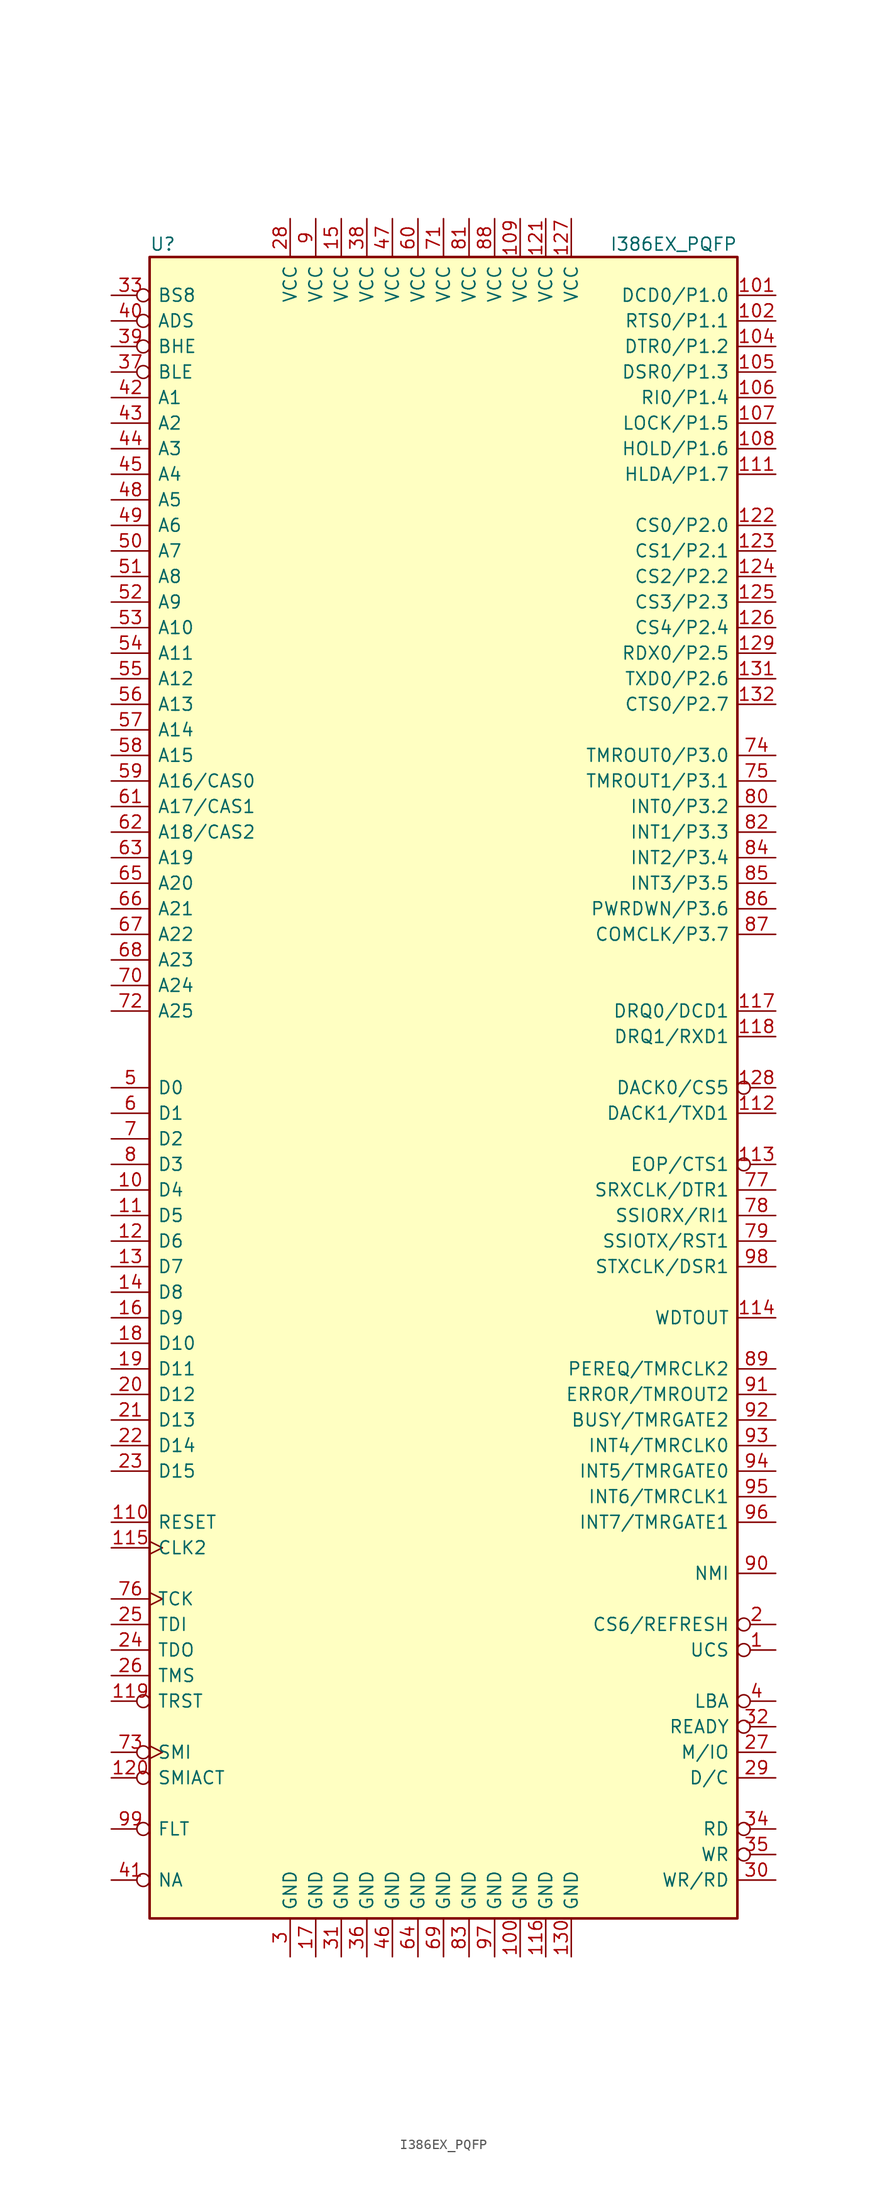
<source format=kicad_sym>
(kicad_symbol_lib
  (version 20241209)
  (generator "kicad_symbol_editor")
  (generator_version "9.0")
  (symbol "I386EX_PQFP"
    (pin_names
      (offset 0.762))
    (property "Reference" "U"
      (at -29.21 83.82 0)
      (effects (font (size 1.27 1.27)) (justify left)))
    (property "Value" "I386EX_PQFP"
      (at 16.51 83.82 0)
      (effects (font (size 1.27 1.27)) (justify left)))
    (symbol "I386EX_PQFP_1_1"
      (rectangle (start -29.21 -82.55) (end 29.21 82.55) (stroke (width 0.254) (type default)) (fill (type background)))
      (pin input inverted (at -33.02 78.74 0) (length 3.81) (name "BS8" (effects (font (size 1.27 1.27)))) (number "33" (effects (font (size 1.27 1.27)))))
      (pin output inverted (at -33.02 76.2 0) (length 3.81) (name "ADS" (effects (font (size 1.27 1.27)))) (number "40" (effects (font (size 1.27 1.27)))))
      (pin output inverted (at -33.02 73.66 0) (length 3.81) (name "BHE" (effects (font (size 1.27 1.27)))) (number "39" (effects (font (size 1.27 1.27)))))
      (pin output inverted (at -33.02 71.12 0) (length 3.81) (name "BLE" (effects (font (size 1.27 1.27)))) (number "37" (effects (font (size 1.27 1.27)))))
      (pin tri_state line (at -33.02 68.58 0) (length 3.81) (name "A1" (effects (font (size 1.27 1.27)))) (number "42" (effects (font (size 1.27 1.27)))))
      (pin tri_state line (at -33.02 66.04 0) (length 3.81) (name "A2" (effects (font (size 1.27 1.27)))) (number "43" (effects (font (size 1.27 1.27)))))
      (pin tri_state line (at -33.02 63.5 0) (length 3.81) (name "A3" (effects (font (size 1.27 1.27)))) (number "44" (effects (font (size 1.27 1.27)))))
      (pin tri_state line (at -33.02 60.96 0) (length 3.81) (name "A4" (effects (font (size 1.27 1.27)))) (number "45" (effects (font (size 1.27 1.27)))))
      (pin tri_state line (at -33.02 58.42 0) (length 3.81) (name "A5" (effects (font (size 1.27 1.27)))) (number "48" (effects (font (size 1.27 1.27)))))
      (pin tri_state line (at -33.02 55.88 0) (length 3.81) (name "A6" (effects (font (size 1.27 1.27)))) (number "49" (effects (font (size 1.27 1.27)))))
      (pin tri_state line (at -33.02 53.34 0) (length 3.81) (name "A7" (effects (font (size 1.27 1.27)))) (number "50" (effects (font (size 1.27 1.27)))))
      (pin tri_state line (at -33.02 50.8 0) (length 3.81) (name "A8" (effects (font (size 1.27 1.27)))) (number "51" (effects (font (size 1.27 1.27)))))
      (pin tri_state line (at -33.02 48.26 0) (length 3.81) (name "A9" (effects (font (size 1.27 1.27)))) (number "52" (effects (font (size 1.27 1.27)))))
      (pin tri_state line (at -33.02 45.72 0) (length 3.81) (name "A10" (effects (font (size 1.27 1.27)))) (number "53" (effects (font (size 1.27 1.27)))))
      (pin tri_state line (at -33.02 43.18 0) (length 3.81) (name "A11" (effects (font (size 1.27 1.27)))) (number "54" (effects (font (size 1.27 1.27)))))
      (pin tri_state line (at -33.02 40.64 0) (length 3.81) (name "A12" (effects (font (size 1.27 1.27)))) (number "55" (effects (font (size 1.27 1.27)))))
      (pin tri_state line (at -33.02 38.1 0) (length 3.81) (name "A13" (effects (font (size 1.27 1.27)))) (number "56" (effects (font (size 1.27 1.27)))))
      (pin tri_state line (at -33.02 35.56 0) (length 3.81) (name "A14" (effects (font (size 1.27 1.27)))) (number "57" (effects (font (size 1.27 1.27)))))
      (pin tri_state line (at -33.02 33.02 0) (length 3.81) (name "A15" (effects (font (size 1.27 1.27)))) (number "58" (effects (font (size 1.27 1.27)))))
      (pin tri_state line (at -33.02 30.48 0) (length 3.81) (name "A16/CAS0" (effects (font (size 1.27 1.27)))) (number "59" (effects (font (size 1.27 1.27)))))
      (pin tri_state line (at -33.02 27.94 0) (length 3.81) (name "A17/CAS1" (effects (font (size 1.27 1.27)))) (number "61" (effects (font (size 1.27 1.27)))))
      (pin tri_state line (at -33.02 25.4 0) (length 3.81) (name "A18/CAS2" (effects (font (size 1.27 1.27)))) (number "62" (effects (font (size 1.27 1.27)))))
      (pin tri_state line (at -33.02 22.86 0) (length 3.81) (name "A19" (effects (font (size 1.27 1.27)))) (number "63" (effects (font (size 1.27 1.27)))))
      (pin tri_state line (at -33.02 20.32 0) (length 3.81) (name "A20" (effects (font (size 1.27 1.27)))) (number "65" (effects (font (size 1.27 1.27)))))
      (pin tri_state line (at -33.02 17.78 0) (length 3.81) (name "A21" (effects (font (size 1.27 1.27)))) (number "66" (effects (font (size 1.27 1.27)))))
      (pin tri_state line (at -33.02 15.24 0) (length 3.81) (name "A22" (effects (font (size 1.27 1.27)))) (number "67" (effects (font (size 1.27 1.27)))))
      (pin tri_state line (at -33.02 12.7 0) (length 3.81) (name "A23" (effects (font (size 1.27 1.27)))) (number "68" (effects (font (size 1.27 1.27)))))
      (pin tri_state line (at -33.02 10.16 0) (length 3.81) (name "A24" (effects (font (size 1.27 1.27)))) (number "70" (effects (font (size 1.27 1.27)))))
      (pin tri_state line (at -33.02 7.62 0) (length 3.81) (name "A25" (effects (font (size 1.27 1.27)))) (number "72" (effects (font (size 1.27 1.27)))))
      (pin tri_state line (at -33.02 0 0) (length 3.81) (name "D0" (effects (font (size 1.27 1.27)))) (number "5" (effects (font (size 1.27 1.27)))))
      (pin tri_state line (at -33.02 -2.54 0) (length 3.81) (name "D1" (effects (font (size 1.27 1.27)))) (number "6" (effects (font (size 1.27 1.27)))))
      (pin tri_state line (at -33.02 -5.08 0) (length 3.81) (name "D2" (effects (font (size 1.27 1.27)))) (number "7" (effects (font (size 1.27 1.27)))))
      (pin tri_state line (at -33.02 -7.62 0) (length 3.81) (name "D3" (effects (font (size 1.27 1.27)))) (number "8" (effects (font (size 1.27 1.27)))))
      (pin tri_state line (at -33.02 -10.16 0) (length 3.81) (name "D4" (effects (font (size 1.27 1.27)))) (number "10" (effects (font (size 1.27 1.27)))))
      (pin tri_state line (at -33.02 -12.7 0) (length 3.81) (name "D5" (effects (font (size 1.27 1.27)))) (number "11" (effects (font (size 1.27 1.27)))))
      (pin tri_state line (at -33.02 -15.24 0) (length 3.81) (name "D6" (effects (font (size 1.27 1.27)))) (number "12" (effects (font (size 1.27 1.27)))))
      (pin tri_state line (at -33.02 -17.78 0) (length 3.81) (name "D7" (effects (font (size 1.27 1.27)))) (number "13" (effects (font (size 1.27 1.27)))))
      (pin tri_state line (at -33.02 -20.32 0) (length 3.81) (name "D8" (effects (font (size 1.27 1.27)))) (number "14" (effects (font (size 1.27 1.27)))))
      (pin tri_state line (at -33.02 -22.86 0) (length 3.81) (name "D9" (effects (font (size 1.27 1.27)))) (number "16" (effects (font (size 1.27 1.27)))))
      (pin tri_state line (at -33.02 -25.4 0) (length 3.81) (name "D10" (effects (font (size 1.27 1.27)))) (number "18" (effects (font (size 1.27 1.27)))))
      (pin tri_state line (at -33.02 -27.94 0) (length 3.81) (name "D11" (effects (font (size 1.27 1.27)))) (number "19" (effects (font (size 1.27 1.27)))))
      (pin tri_state line (at -33.02 -30.48 0) (length 3.81) (name "D12" (effects (font (size 1.27 1.27)))) (number "20" (effects (font (size 1.27 1.27)))))
      (pin tri_state line (at -33.02 -33.02 0) (length 3.81) (name "D13" (effects (font (size 1.27 1.27)))) (number "21" (effects (font (size 1.27 1.27)))))
      (pin tri_state line (at -33.02 -35.56 0) (length 3.81) (name "D14" (effects (font (size 1.27 1.27)))) (number "22" (effects (font (size 1.27 1.27)))))
      (pin tri_state line (at -33.02 -38.1 0) (length 3.81) (name "D15" (effects (font (size 1.27 1.27)))) (number "23" (effects (font (size 1.27 1.27)))))
      (pin input line (at -33.02 -43.18 0) (length 3.81) (name "RESET" (effects (font (size 1.27 1.27)))) (number "110" (effects (font (size 1.27 1.27)))))
      (pin input clock (at -33.02 -45.72 0) (length 3.81) (name "CLK2" (effects (font (size 1.27 1.27)))) (number "115" (effects (font (size 1.27 1.27)))))
      (pin input clock (at -33.02 -50.8 0) (length 3.81) (name "TCK" (effects (font (size 1.27 1.27)))) (number "76" (effects (font (size 1.27 1.27)))))
      (pin input line (at -33.02 -53.34 0) (length 3.81) (name "TDI" (effects (font (size 1.27 1.27)))) (number "25" (effects (font (size 1.27 1.27)))))
      (pin output line (at -33.02 -55.88 0) (length 3.81) (name "TDO" (effects (font (size 1.27 1.27)))) (number "24" (effects (font (size 1.27 1.27)))))
      (pin input line (at -33.02 -58.42 0) (length 3.81) (name "TMS" (effects (font (size 1.27 1.27)))) (number "26" (effects (font (size 1.27 1.27)))))
      (pin input inverted (at -33.02 -60.96 0) (length 3.81) (name "TRST" (effects (font (size 1.27 1.27)))) (number "119" (effects (font (size 1.27 1.27)))))
      (pin input inverted_clock (at -33.02 -66.04 0) (length 3.81) (name "SMI" (effects (font (size 1.27 1.27)))) (number "73" (effects (font (size 1.27 1.27)))))
      (pin output inverted (at -33.02 -68.58 0) (length 3.81) (name "SMIACT" (effects (font (size 1.27 1.27)))) (number "120" (effects (font (size 1.27 1.27)))))
      (pin input inverted (at -33.02 -73.66 0) (length 3.81) (name "FLT" (effects (font (size 1.27 1.27)))) (number "99" (effects (font (size 1.27 1.27)))))
      (pin input inverted (at -33.02 -78.74 0) (length 3.81) (name "NA" (effects (font (size 1.27 1.27)))) (number "41" (effects (font (size 1.27 1.27)))))
      (pin power_in line (at -15.24 86.36 270) (length 3.81) (name "VCC" (effects (font (size 1.27 1.27)))) (number "28" (effects (font (size 1.27 1.27)))))
      (pin power_in line (at -15.24 -86.36 90) (length 3.81) (name "GND" (effects (font (size 1.27 1.27)))) (number "3" (effects (font (size 1.27 1.27)))))
      (pin power_in line (at -12.7 86.36 270) (length 3.81) (name "VCC" (effects (font (size 1.27 1.27)))) (number "9" (effects (font (size 1.27 1.27)))))
      (pin power_in line (at -12.7 -86.36 90) (length 3.81) (name "GND" (effects (font (size 1.27 1.27)))) (number "17" (effects (font (size 1.27 1.27)))))
      (pin power_in line (at -10.16 86.36 270) (length 3.81) (name "VCC" (effects (font (size 1.27 1.27)))) (number "15" (effects (font (size 1.27 1.27)))))
      (pin power_in line (at -10.16 -86.36 90) (length 3.81) (name "GND" (effects (font (size 1.27 1.27)))) (number "31" (effects (font (size 1.27 1.27)))))
      (pin power_in line (at -7.62 86.36 270) (length 3.81) (name "VCC" (effects (font (size 1.27 1.27)))) (number "38" (effects (font (size 1.27 1.27)))))
      (pin power_in line (at -7.62 -86.36 90) (length 3.81) (name "GND" (effects (font (size 1.27 1.27)))) (number "36" (effects (font (size 1.27 1.27)))))
      (pin power_in line (at -5.08 86.36 270) (length 3.81) (name "VCC" (effects (font (size 1.27 1.27)))) (number "47" (effects (font (size 1.27 1.27)))))
      (pin power_in line (at -5.08 -86.36 90) (length 3.81) (name "GND" (effects (font (size 1.27 1.27)))) (number "46" (effects (font (size 1.27 1.27)))))
      (pin power_in line (at -2.54 86.36 270) (length 3.81) (name "VCC" (effects (font (size 1.27 1.27)))) (number "60" (effects (font (size 1.27 1.27)))))
      (pin power_in line (at -2.54 -86.36 90) (length 3.81) (name "GND" (effects (font (size 1.27 1.27)))) (number "64" (effects (font (size 1.27 1.27)))))
      (pin power_in line (at 0 86.36 270) (length 3.81) (name "VCC" (effects (font (size 1.27 1.27)))) (number "71" (effects (font (size 1.27 1.27)))))
      (pin power_in line (at 0 -86.36 90) (length 3.81) (name "GND" (effects (font (size 1.27 1.27)))) (number "69" (effects (font (size 1.27 1.27)))))
      (pin power_in line (at 2.54 86.36 270) (length 3.81) (name "VCC" (effects (font (size 1.27 1.27)))) (number "81" (effects (font (size 1.27 1.27)))))
      (pin power_in line (at 2.54 -86.36 90) (length 3.81) (name "GND" (effects (font (size 1.27 1.27)))) (number "83" (effects (font (size 1.27 1.27)))))
      (pin power_in line (at 5.08 86.36 270) (length 3.81) (name "VCC" (effects (font (size 1.27 1.27)))) (number "88" (effects (font (size 1.27 1.27)))))
      (pin power_in line (at 5.08 -86.36 90) (length 3.81) (name "GND" (effects (font (size 1.27 1.27)))) (number "97" (effects (font (size 1.27 1.27)))))
      (pin power_in line (at 7.62 86.36 270) (length 3.81) (name "VCC" (effects (font (size 1.27 1.27)))) (number "109" (effects (font (size 1.27 1.27)))))
      (pin power_in line (at 7.62 -86.36 90) (length 3.81) (name "GND" (effects (font (size 1.27 1.27)))) (number "100" (effects (font (size 1.27 1.27)))))
      (pin power_in line (at 10.16 86.36 270) (length 3.81) (name "VCC" (effects (font (size 1.27 1.27)))) (number "121" (effects (font (size 1.27 1.27)))))
      (pin power_in line (at 10.16 -86.36 90) (length 3.81) (name "GND" (effects (font (size 1.27 1.27)))) (number "116" (effects (font (size 1.27 1.27)))))
      (pin power_in line (at 12.7 86.36 270) (length 3.81) (name "VCC" (effects (font (size 1.27 1.27)))) (number "127" (effects (font (size 1.27 1.27)))))
      (pin power_in line (at 12.7 -86.36 90) (length 3.81) (name "GND" (effects (font (size 1.27 1.27)))) (number "130" (effects (font (size 1.27 1.27)))))
      (pin bidirectional line (at 33.02 78.74 180) (length 3.81) (name "DCD0/P1.0" (effects (font (size 1.27 1.27)))) (number "101" (effects (font (size 1.27 1.27)))))
      (pin bidirectional line (at 33.02 76.2 180) (length 3.81) (name "RTS0/P1.1" (effects (font (size 1.27 1.27)))) (number "102" (effects (font (size 1.27 1.27)))))
      (pin bidirectional line (at 33.02 73.66 180) (length 3.81) (name "DTR0/P1.2" (effects (font (size 1.27 1.27)))) (number "104" (effects (font (size 1.27 1.27)))))
      (pin bidirectional line (at 33.02 71.12 180) (length 3.81) (name "DSR0/P1.3" (effects (font (size 1.27 1.27)))) (number "105" (effects (font (size 1.27 1.27)))))
      (pin bidirectional line (at 33.02 68.58 180) (length 3.81) (name "RI0/P1.4" (effects (font (size 1.27 1.27)))) (number "106" (effects (font (size 1.27 1.27)))))
      (pin bidirectional line (at 33.02 66.04 180) (length 3.81) (name "LOCK/P1.5" (effects (font (size 1.27 1.27)))) (number "107" (effects (font (size 1.27 1.27)))))
      (pin bidirectional line (at 33.02 63.5 180) (length 3.81) (name "HOLD/P1.6" (effects (font (size 1.27 1.27)))) (number "108" (effects (font (size 1.27 1.27)))))
      (pin bidirectional line (at 33.02 60.96 180) (length 3.81) (name "HLDA/P1.7" (effects (font (size 1.27 1.27)))) (number "111" (effects (font (size 1.27 1.27)))))
      (pin bidirectional line (at 33.02 55.88 180) (length 3.81) (name "CS0/P2.0" (effects (font (size 1.27 1.27)))) (number "122" (effects (font (size 1.27 1.27)))))
      (pin bidirectional line (at 33.02 53.34 180) (length 3.81) (name "CS1/P2.1" (effects (font (size 1.27 1.27)))) (number "123" (effects (font (size 1.27 1.27)))))
      (pin bidirectional line (at 33.02 50.8 180) (length 3.81) (name "CS2/P2.2" (effects (font (size 1.27 1.27)))) (number "124" (effects (font (size 1.27 1.27)))))
      (pin bidirectional line (at 33.02 48.26 180) (length 3.81) (name "CS3/P2.3" (effects (font (size 1.27 1.27)))) (number "125" (effects (font (size 1.27 1.27)))))
      (pin bidirectional line (at 33.02 45.72 180) (length 3.81) (name "CS4/P2.4" (effects (font (size 1.27 1.27)))) (number "126" (effects (font (size 1.27 1.27)))))
      (pin bidirectional line (at 33.02 43.18 180) (length 3.81) (name "RDX0/P2.5" (effects (font (size 1.27 1.27)))) (number "129" (effects (font (size 1.27 1.27)))))
      (pin bidirectional line (at 33.02 40.64 180) (length 3.81) (name "TXD0/P2.6" (effects (font (size 1.27 1.27)))) (number "131" (effects (font (size 1.27 1.27)))))
      (pin bidirectional line (at 33.02 38.1 180) (length 3.81) (name "CTS0/P2.7" (effects (font (size 1.27 1.27)))) (number "132" (effects (font (size 1.27 1.27)))))
      (pin bidirectional line (at 33.02 33.02 180) (length 3.81) (name "TMROUT0/P3.0" (effects (font (size 1.27 1.27)))) (number "74" (effects (font (size 1.27 1.27)))))
      (pin bidirectional line (at 33.02 30.48 180) (length 3.81) (name "TMROUT1/P3.1" (effects (font (size 1.27 1.27)))) (number "75" (effects (font (size 1.27 1.27)))))
      (pin bidirectional line (at 33.02 27.94 180) (length 3.81) (name "INT0/P3.2" (effects (font (size 1.27 1.27)))) (number "80" (effects (font (size 1.27 1.27)))))
      (pin bidirectional line (at 33.02 25.4 180) (length 3.81) (name "INT1/P3.3" (effects (font (size 1.27 1.27)))) (number "82" (effects (font (size 1.27 1.27)))))
      (pin bidirectional line (at 33.02 22.86 180) (length 3.81) (name "INT2/P3.4" (effects (font (size 1.27 1.27)))) (number "84" (effects (font (size 1.27 1.27)))))
      (pin bidirectional line (at 33.02 20.32 180) (length 3.81) (name "INT3/P3.5" (effects (font (size 1.27 1.27)))) (number "85" (effects (font (size 1.27 1.27)))))
      (pin bidirectional line (at 33.02 17.78 180) (length 3.81) (name "PWRDWN/P3.6" (effects (font (size 1.27 1.27)))) (number "86" (effects (font (size 1.27 1.27)))))
      (pin bidirectional line (at 33.02 15.24 180) (length 3.81) (name "COMCLK/P3.7" (effects (font (size 1.27 1.27)))) (number "87" (effects (font (size 1.27 1.27)))))
      (pin input line (at 33.02 7.62 180) (length 3.81) (name "DRQ0/DCD1" (effects (font (size 1.27 1.27)))) (number "117" (effects (font (size 1.27 1.27)))))
      (pin input line (at 33.02 5.08 180) (length 3.81) (name "DRQ1/RXD1" (effects (font (size 1.27 1.27)))) (number "118" (effects (font (size 1.27 1.27)))))
      (pin output inverted (at 33.02 0 180) (length 3.81) (name "DACK0/CS5" (effects (font (size 1.27 1.27)))) (number "128" (effects (font (size 1.27 1.27)))))
      (pin output line (at 33.02 -2.54 180) (length 3.81) (name "DACK1/TXD1" (effects (font (size 1.27 1.27)))) (number "112" (effects (font (size 1.27 1.27)))))
      (pin bidirectional inverted (at 33.02 -7.62 180) (length 3.81) (name "EOP/CTS1" (effects (font (size 1.27 1.27)))) (number "113" (effects (font (size 1.27 1.27)))))
      (pin bidirectional line (at 33.02 -10.16 180) (length 3.81) (name "SRXCLK/DTR1" (effects (font (size 1.27 1.27)))) (number "77" (effects (font (size 1.27 1.27)))))
      (pin input line (at 33.02 -12.7 180) (length 3.81) (name "SSIORX/RI1" (effects (font (size 1.27 1.27)))) (number "78" (effects (font (size 1.27 1.27)))))
      (pin bidirectional line (at 33.02 -15.24 180) (length 3.81) (name "SSIOTX/RST1" (effects (font (size 1.27 1.27)))) (number "79" (effects (font (size 1.27 1.27)))))
      (pin bidirectional line (at 33.02 -17.78 180) (length 3.81) (name "STXCLK/DSR1" (effects (font (size 1.27 1.27)))) (number "98" (effects (font (size 1.27 1.27)))))
      (pin output line (at 33.02 -22.86 180) (length 3.81) (name "WDTOUT" (effects (font (size 1.27 1.27)))) (number "114" (effects (font (size 1.27 1.27)))))
      (pin input line (at 33.02 -27.94 180) (length 3.81) (name "PEREQ/TMRCLK2" (effects (font (size 1.27 1.27)))) (number "89" (effects (font (size 1.27 1.27)))))
      (pin bidirectional line (at 33.02 -30.48 180) (length 3.81) (name "ERROR/TMROUT2" (effects (font (size 1.27 1.27)))) (number "91" (effects (font (size 1.27 1.27)))))
      (pin input line (at 33.02 -33.02 180) (length 3.81) (name "BUSY/TMRGATE2" (effects (font (size 1.27 1.27)))) (number "92" (effects (font (size 1.27 1.27)))))
      (pin input line (at 33.02 -35.56 180) (length 3.81) (name "INT4/TMRCLK0" (effects (font (size 1.27 1.27)))) (number "93" (effects (font (size 1.27 1.27)))))
      (pin input line (at 33.02 -38.1 180) (length 3.81) (name "INT5/TMRGATE0" (effects (font (size 1.27 1.27)))) (number "94" (effects (font (size 1.27 1.27)))))
      (pin input line (at 33.02 -40.64 180) (length 3.81) (name "INT6/TMRCLK1" (effects (font (size 1.27 1.27)))) (number "95" (effects (font (size 1.27 1.27)))))
      (pin input line (at 33.02 -43.18 180) (length 3.81) (name "INT7/TMRGATE1" (effects (font (size 1.27 1.27)))) (number "96" (effects (font (size 1.27 1.27)))))
      (pin input line (at 33.02 -48.26 180) (length 3.81) (name "NMI" (effects (font (size 1.27 1.27)))) (number "90" (effects (font (size 1.27 1.27)))))
      (pin output inverted (at 33.02 -53.34 180) (length 3.81) (name "CS6/REFRESH" (effects (font (size 1.27 1.27)))) (number "2" (effects (font (size 1.27 1.27)))))
      (pin output inverted (at 33.02 -55.88 180) (length 3.81) (name "UCS" (effects (font (size 1.27 1.27)))) (number "1" (effects (font (size 1.27 1.27)))))
      (pin output inverted (at 33.02 -60.96 180) (length 3.81) (name "LBA" (effects (font (size 1.27 1.27)))) (number "4" (effects (font (size 1.27 1.27)))))
      (pin bidirectional inverted (at 33.02 -63.5 180) (length 3.81) (name "READY" (effects (font (size 1.27 1.27)))) (number "32" (effects (font (size 1.27 1.27)))))
      (pin output line (at 33.02 -66.04 180) (length 3.81) (name "M/IO" (effects (font (size 1.27 1.27)))) (number "27" (effects (font (size 1.27 1.27)))))
      (pin output line (at 33.02 -68.58 180) (length 3.81) (name "D/C" (effects (font (size 1.27 1.27)))) (number "29" (effects (font (size 1.27 1.27)))))
      (pin output inverted (at 33.02 -73.66 180) (length 3.81) (name "RD" (effects (font (size 1.27 1.27)))) (number "34" (effects (font (size 1.27 1.27)))))
      (pin output inverted (at 33.02 -76.2 180) (length 3.81) (name "WR" (effects (font (size 1.27 1.27)))) (number "35" (effects (font (size 1.27 1.27)))))
      (pin output line (at 33.02 -78.74 180) (length 3.81) (name "WR/RD" (effects (font (size 1.27 1.27)))) (number "30" (effects (font (size 1.27 1.27))))))))
</source>
